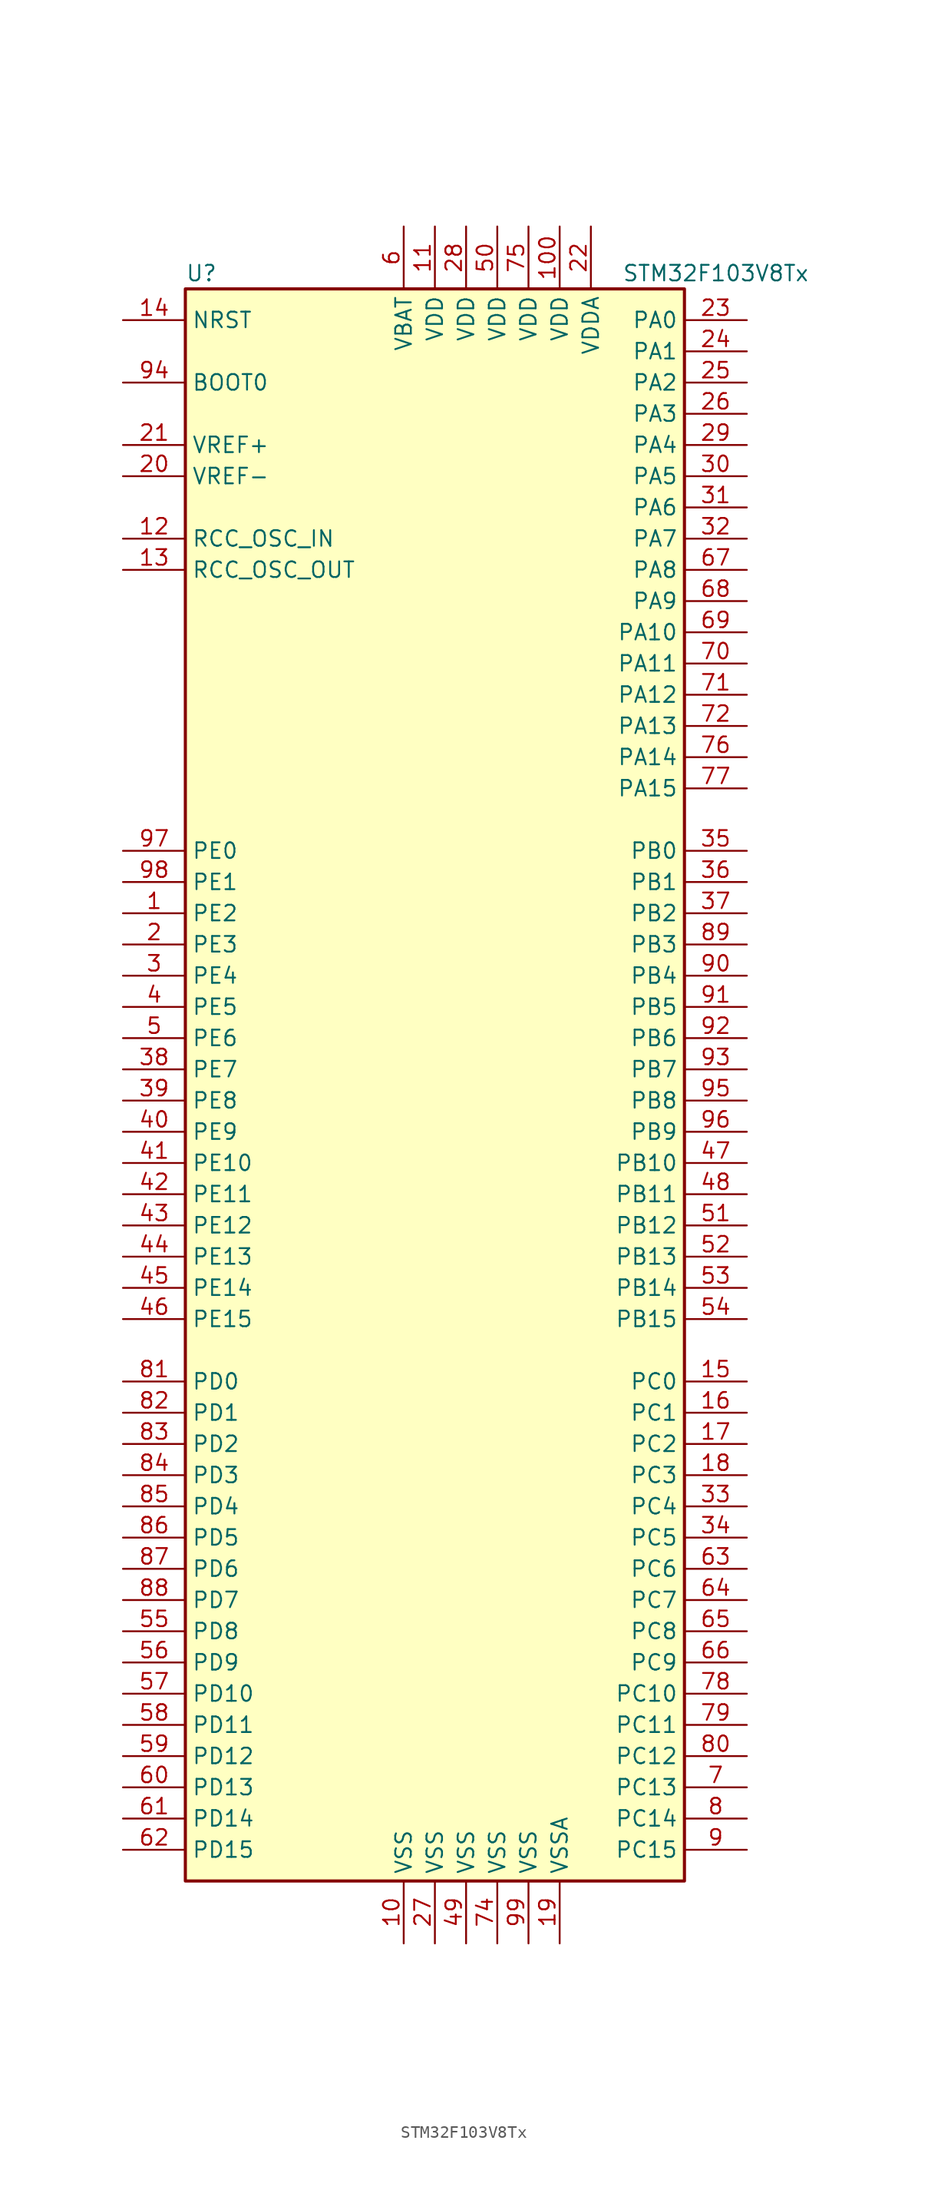
<source format=kicad_sym>
(kicad_symbol_lib
  (version 20200908)
  (generator kicad_symbol_editor)
  (symbol "MCU_ST_STM32F1:STM32F103V8Tx"
    (property "Reference" "U"
      (at -20.32 64.77 0)
      (effects (font (size 1.27 1.27)) (justify left)))
    (property "Value" "STM32F103V8Tx"
      (at 15.24 64.77 0)
      (effects (font (size 1.27 1.27)) (justify left)))
    (symbol "STM32F103V8Tx_0_1"
      (rectangle (start -20.32 -66.04) (end 20.32 63.5) (stroke (width 0.254)) (fill (type background))))
    (symbol "STM32F103V8Tx_1_1"
      (pin input line (at -25.4 55.88 0) (length 5.08) (name "BOOT0" (effects (font (size 1.27 1.27)))) (number "94" (effects (font (size 1.27 1.27)))))
      (pin unconnected line (at -20.32 -63.5 0) (length 5.08) hide (name "NC" (effects (font (size 1.27 1.27)))) (number "73" (effects (font (size 1.27 1.27)))))
      (pin input line (at -25.4 60.96 0) (length 5.08) (name "NRST" (effects (font (size 1.27 1.27)))) (number "14" (effects (font (size 1.27 1.27)))))
      (pin bidirectional line (at 25.4 60.96 180) (length 5.08) (name "PA0" (effects (font (size 1.27 1.27)))) (number "23" (effects (font (size 1.27 1.27)))))
      (pin bidirectional line (at 25.4 58.42 180) (length 5.08) (name "PA1" (effects (font (size 1.27 1.27)))) (number "24" (effects (font (size 1.27 1.27)))))
      (pin bidirectional line (at 25.4 35.56 180) (length 5.08) (name "PA10" (effects (font (size 1.27 1.27)))) (number "69" (effects (font (size 1.27 1.27)))))
      (pin bidirectional line (at 25.4 33.02 180) (length 5.08) (name "PA11" (effects (font (size 1.27 1.27)))) (number "70" (effects (font (size 1.27 1.27)))))
      (pin bidirectional line (at 25.4 30.48 180) (length 5.08) (name "PA12" (effects (font (size 1.27 1.27)))) (number "71" (effects (font (size 1.27 1.27)))))
      (pin bidirectional line (at 25.4 27.94 180) (length 5.08) (name "PA13" (effects (font (size 1.27 1.27)))) (number "72" (effects (font (size 1.27 1.27)))))
      (pin bidirectional line (at 25.4 25.4 180) (length 5.08) (name "PA14" (effects (font (size 1.27 1.27)))) (number "76" (effects (font (size 1.27 1.27)))))
      (pin bidirectional line (at 25.4 22.86 180) (length 5.08) (name "PA15" (effects (font (size 1.27 1.27)))) (number "77" (effects (font (size 1.27 1.27)))))
      (pin bidirectional line (at 25.4 55.88 180) (length 5.08) (name "PA2" (effects (font (size 1.27 1.27)))) (number "25" (effects (font (size 1.27 1.27)))))
      (pin bidirectional line (at 25.4 53.34 180) (length 5.08) (name "PA3" (effects (font (size 1.27 1.27)))) (number "26" (effects (font (size 1.27 1.27)))))
      (pin bidirectional line (at 25.4 50.8 180) (length 5.08) (name "PA4" (effects (font (size 1.27 1.27)))) (number "29" (effects (font (size 1.27 1.27)))))
      (pin bidirectional line (at 25.4 48.26 180) (length 5.08) (name "PA5" (effects (font (size 1.27 1.27)))) (number "30" (effects (font (size 1.27 1.27)))))
      (pin bidirectional line (at 25.4 45.72 180) (length 5.08) (name "PA6" (effects (font (size 1.27 1.27)))) (number "31" (effects (font (size 1.27 1.27)))))
      (pin bidirectional line (at 25.4 43.18 180) (length 5.08) (name "PA7" (effects (font (size 1.27 1.27)))) (number "32" (effects (font (size 1.27 1.27)))))
      (pin bidirectional line (at 25.4 40.64 180) (length 5.08) (name "PA8" (effects (font (size 1.27 1.27)))) (number "67" (effects (font (size 1.27 1.27)))))
      (pin bidirectional line (at 25.4 38.1 180) (length 5.08) (name "PA9" (effects (font (size 1.27 1.27)))) (number "68" (effects (font (size 1.27 1.27)))))
      (pin bidirectional line (at 25.4 17.78 180) (length 5.08) (name "PB0" (effects (font (size 1.27 1.27)))) (number "35" (effects (font (size 1.27 1.27)))))
      (pin bidirectional line (at 25.4 15.24 180) (length 5.08) (name "PB1" (effects (font (size 1.27 1.27)))) (number "36" (effects (font (size 1.27 1.27)))))
      (pin bidirectional line (at 25.4 -7.62 180) (length 5.08) (name "PB10" (effects (font (size 1.27 1.27)))) (number "47" (effects (font (size 1.27 1.27)))))
      (pin bidirectional line (at 25.4 -10.16 180) (length 5.08) (name "PB11" (effects (font (size 1.27 1.27)))) (number "48" (effects (font (size 1.27 1.27)))))
      (pin bidirectional line (at 25.4 -12.7 180) (length 5.08) (name "PB12" (effects (font (size 1.27 1.27)))) (number "51" (effects (font (size 1.27 1.27)))))
      (pin bidirectional line (at 25.4 -15.24 180) (length 5.08) (name "PB13" (effects (font (size 1.27 1.27)))) (number "52" (effects (font (size 1.27 1.27)))))
      (pin bidirectional line (at 25.4 -17.78 180) (length 5.08) (name "PB14" (effects (font (size 1.27 1.27)))) (number "53" (effects (font (size 1.27 1.27)))))
      (pin bidirectional line (at 25.4 -20.32 180) (length 5.08) (name "PB15" (effects (font (size 1.27 1.27)))) (number "54" (effects (font (size 1.27 1.27)))))
      (pin bidirectional line (at 25.4 12.7 180) (length 5.08) (name "PB2" (effects (font (size 1.27 1.27)))) (number "37" (effects (font (size 1.27 1.27)))))
      (pin bidirectional line (at 25.4 10.16 180) (length 5.08) (name "PB3" (effects (font (size 1.27 1.27)))) (number "89" (effects (font (size 1.27 1.27)))))
      (pin bidirectional line (at 25.4 7.62 180) (length 5.08) (name "PB4" (effects (font (size 1.27 1.27)))) (number "90" (effects (font (size 1.27 1.27)))))
      (pin bidirectional line (at 25.4 5.08 180) (length 5.08) (name "PB5" (effects (font (size 1.27 1.27)))) (number "91" (effects (font (size 1.27 1.27)))))
      (pin bidirectional line (at 25.4 2.54 180) (length 5.08) (name "PB6" (effects (font (size 1.27 1.27)))) (number "92" (effects (font (size 1.27 1.27)))))
      (pin bidirectional line (at 25.4 0 180) (length 5.08) (name "PB7" (effects (font (size 1.27 1.27)))) (number "93" (effects (font (size 1.27 1.27)))))
      (pin bidirectional line (at 25.4 -2.54 180) (length 5.08) (name "PB8" (effects (font (size 1.27 1.27)))) (number "95" (effects (font (size 1.27 1.27)))))
      (pin bidirectional line (at 25.4 -5.08 180) (length 5.08) (name "PB9" (effects (font (size 1.27 1.27)))) (number "96" (effects (font (size 1.27 1.27)))))
      (pin bidirectional line (at 25.4 -25.4 180) (length 5.08) (name "PC0" (effects (font (size 1.27 1.27)))) (number "15" (effects (font (size 1.27 1.27)))))
      (pin bidirectional line (at 25.4 -27.94 180) (length 5.08) (name "PC1" (effects (font (size 1.27 1.27)))) (number "16" (effects (font (size 1.27 1.27)))))
      (pin bidirectional line (at 25.4 -50.8 180) (length 5.08) (name "PC10" (effects (font (size 1.27 1.27)))) (number "78" (effects (font (size 1.27 1.27)))))
      (pin bidirectional line (at 25.4 -53.34 180) (length 5.08) (name "PC11" (effects (font (size 1.27 1.27)))) (number "79" (effects (font (size 1.27 1.27)))))
      (pin bidirectional line (at 25.4 -55.88 180) (length 5.08) (name "PC12" (effects (font (size 1.27 1.27)))) (number "80" (effects (font (size 1.27 1.27)))))
      (pin bidirectional line (at 25.4 -58.42 180) (length 5.08) (name "PC13" (effects (font (size 1.27 1.27)))) (number "7" (effects (font (size 1.27 1.27)))))
      (pin bidirectional line (at 25.4 -60.96 180) (length 5.08) (name "PC14" (effects (font (size 1.27 1.27)))) (number "8" (effects (font (size 1.27 1.27)))))
      (pin bidirectional line (at 25.4 -63.5 180) (length 5.08) (name "PC15" (effects (font (size 1.27 1.27)))) (number "9" (effects (font (size 1.27 1.27)))))
      (pin bidirectional line (at 25.4 -30.48 180) (length 5.08) (name "PC2" (effects (font (size 1.27 1.27)))) (number "17" (effects (font (size 1.27 1.27)))))
      (pin bidirectional line (at 25.4 -33.02 180) (length 5.08) (name "PC3" (effects (font (size 1.27 1.27)))) (number "18" (effects (font (size 1.27 1.27)))))
      (pin bidirectional line (at 25.4 -35.56 180) (length 5.08) (name "PC4" (effects (font (size 1.27 1.27)))) (number "33" (effects (font (size 1.27 1.27)))))
      (pin bidirectional line (at 25.4 -38.1 180) (length 5.08) (name "PC5" (effects (font (size 1.27 1.27)))) (number "34" (effects (font (size 1.27 1.27)))))
      (pin bidirectional line (at 25.4 -40.64 180) (length 5.08) (name "PC6" (effects (font (size 1.27 1.27)))) (number "63" (effects (font (size 1.27 1.27)))))
      (pin bidirectional line (at 25.4 -43.18 180) (length 5.08) (name "PC7" (effects (font (size 1.27 1.27)))) (number "64" (effects (font (size 1.27 1.27)))))
      (pin bidirectional line (at 25.4 -45.72 180) (length 5.08) (name "PC8" (effects (font (size 1.27 1.27)))) (number "65" (effects (font (size 1.27 1.27)))))
      (pin bidirectional line (at 25.4 -48.26 180) (length 5.08) (name "PC9" (effects (font (size 1.27 1.27)))) (number "66" (effects (font (size 1.27 1.27)))))
      (pin bidirectional line (at -25.4 -25.4 0) (length 5.08) (name "PD0" (effects (font (size 1.27 1.27)))) (number "81" (effects (font (size 1.27 1.27)))))
      (pin bidirectional line (at -25.4 -27.94 0) (length 5.08) (name "PD1" (effects (font (size 1.27 1.27)))) (number "82" (effects (font (size 1.27 1.27)))))
      (pin bidirectional line (at -25.4 -50.8 0) (length 5.08) (name "PD10" (effects (font (size 1.27 1.27)))) (number "57" (effects (font (size 1.27 1.27)))))
      (pin bidirectional line (at -25.4 -53.34 0) (length 5.08) (name "PD11" (effects (font (size 1.27 1.27)))) (number "58" (effects (font (size 1.27 1.27)))))
      (pin bidirectional line (at -25.4 -55.88 0) (length 5.08) (name "PD12" (effects (font (size 1.27 1.27)))) (number "59" (effects (font (size 1.27 1.27)))))
      (pin bidirectional line (at -25.4 -58.42 0) (length 5.08) (name "PD13" (effects (font (size 1.27 1.27)))) (number "60" (effects (font (size 1.27 1.27)))))
      (pin bidirectional line (at -25.4 -60.96 0) (length 5.08) (name "PD14" (effects (font (size 1.27 1.27)))) (number "61" (effects (font (size 1.27 1.27)))))
      (pin bidirectional line (at -25.4 -63.5 0) (length 5.08) (name "PD15" (effects (font (size 1.27 1.27)))) (number "62" (effects (font (size 1.27 1.27)))))
      (pin bidirectional line (at -25.4 -30.48 0) (length 5.08) (name "PD2" (effects (font (size 1.27 1.27)))) (number "83" (effects (font (size 1.27 1.27)))))
      (pin bidirectional line (at -25.4 -33.02 0) (length 5.08) (name "PD3" (effects (font (size 1.27 1.27)))) (number "84" (effects (font (size 1.27 1.27)))))
      (pin bidirectional line (at -25.4 -35.56 0) (length 5.08) (name "PD4" (effects (font (size 1.27 1.27)))) (number "85" (effects (font (size 1.27 1.27)))))
      (pin bidirectional line (at -25.4 -38.1 0) (length 5.08) (name "PD5" (effects (font (size 1.27 1.27)))) (number "86" (effects (font (size 1.27 1.27)))))
      (pin bidirectional line (at -25.4 -40.64 0) (length 5.08) (name "PD6" (effects (font (size 1.27 1.27)))) (number "87" (effects (font (size 1.27 1.27)))))
      (pin bidirectional line (at -25.4 -43.18 0) (length 5.08) (name "PD7" (effects (font (size 1.27 1.27)))) (number "88" (effects (font (size 1.27 1.27)))))
      (pin bidirectional line (at -25.4 -45.72 0) (length 5.08) (name "PD8" (effects (font (size 1.27 1.27)))) (number "55" (effects (font (size 1.27 1.27)))))
      (pin bidirectional line (at -25.4 -48.26 0) (length 5.08) (name "PD9" (effects (font (size 1.27 1.27)))) (number "56" (effects (font (size 1.27 1.27)))))
      (pin bidirectional line (at -25.4 17.78 0) (length 5.08) (name "PE0" (effects (font (size 1.27 1.27)))) (number "97" (effects (font (size 1.27 1.27)))))
      (pin bidirectional line (at -25.4 15.24 0) (length 5.08) (name "PE1" (effects (font (size 1.27 1.27)))) (number "98" (effects (font (size 1.27 1.27)))))
      (pin bidirectional line (at -25.4 -7.62 0) (length 5.08) (name "PE10" (effects (font (size 1.27 1.27)))) (number "41" (effects (font (size 1.27 1.27)))))
      (pin bidirectional line (at -25.4 -10.16 0) (length 5.08) (name "PE11" (effects (font (size 1.27 1.27)))) (number "42" (effects (font (size 1.27 1.27)))))
      (pin bidirectional line (at -25.4 -12.7 0) (length 5.08) (name "PE12" (effects (font (size 1.27 1.27)))) (number "43" (effects (font (size 1.27 1.27)))))
      (pin bidirectional line (at -25.4 -15.24 0) (length 5.08) (name "PE13" (effects (font (size 1.27 1.27)))) (number "44" (effects (font (size 1.27 1.27)))))
      (pin bidirectional line (at -25.4 -17.78 0) (length 5.08) (name "PE14" (effects (font (size 1.27 1.27)))) (number "45" (effects (font (size 1.27 1.27)))))
      (pin bidirectional line (at -25.4 -20.32 0) (length 5.08) (name "PE15" (effects (font (size 1.27 1.27)))) (number "46" (effects (font (size 1.27 1.27)))))
      (pin bidirectional line (at -25.4 12.7 0) (length 5.08) (name "PE2" (effects (font (size 1.27 1.27)))) (number "1" (effects (font (size 1.27 1.27)))))
      (pin bidirectional line (at -25.4 10.16 0) (length 5.08) (name "PE3" (effects (font (size 1.27 1.27)))) (number "2" (effects (font (size 1.27 1.27)))))
      (pin bidirectional line (at -25.4 7.62 0) (length 5.08) (name "PE4" (effects (font (size 1.27 1.27)))) (number "3" (effects (font (size 1.27 1.27)))))
      (pin bidirectional line (at -25.4 5.08 0) (length 5.08) (name "PE5" (effects (font (size 1.27 1.27)))) (number "4" (effects (font (size 1.27 1.27)))))
      (pin bidirectional line (at -25.4 2.54 0) (length 5.08) (name "PE6" (effects (font (size 1.27 1.27)))) (number "5" (effects (font (size 1.27 1.27)))))
      (pin bidirectional line (at -25.4 0 0) (length 5.08) (name "PE7" (effects (font (size 1.27 1.27)))) (number "38" (effects (font (size 1.27 1.27)))))
      (pin bidirectional line (at -25.4 -2.54 0) (length 5.08) (name "PE8" (effects (font (size 1.27 1.27)))) (number "39" (effects (font (size 1.27 1.27)))))
      (pin bidirectional line (at -25.4 -5.08 0) (length 5.08) (name "PE9" (effects (font (size 1.27 1.27)))) (number "40" (effects (font (size 1.27 1.27)))))
      (pin input line (at -25.4 43.18 0) (length 5.08) (name "RCC_OSC_IN" (effects (font (size 1.27 1.27)))) (number "12" (effects (font (size 1.27 1.27)))))
      (pin input line (at -25.4 40.64 0) (length 5.08) (name "RCC_OSC_OUT" (effects (font (size 1.27 1.27)))) (number "13" (effects (font (size 1.27 1.27)))))
      (pin power_in line (at -2.54 68.58 270) (length 5.08) (name "VBAT" (effects (font (size 1.27 1.27)))) (number "6" (effects (font (size 1.27 1.27)))))
      (pin power_in line (at 10.16 68.58 270) (length 5.08) (name "VDD" (effects (font (size 1.27 1.27)))) (number "100" (effects (font (size 1.27 1.27)))))
      (pin power_in line (at 0 68.58 270) (length 5.08) (name "VDD" (effects (font (size 1.27 1.27)))) (number "11" (effects (font (size 1.27 1.27)))))
      (pin power_in line (at 2.54 68.58 270) (length 5.08) (name "VDD" (effects (font (size 1.27 1.27)))) (number "28" (effects (font (size 1.27 1.27)))))
      (pin power_in line (at 5.08 68.58 270) (length 5.08) (name "VDD" (effects (font (size 1.27 1.27)))) (number "50" (effects (font (size 1.27 1.27)))))
      (pin power_in line (at 7.62 68.58 270) (length 5.08) (name "VDD" (effects (font (size 1.27 1.27)))) (number "75" (effects (font (size 1.27 1.27)))))
      (pin power_in line (at 12.7 68.58 270) (length 5.08) (name "VDDA" (effects (font (size 1.27 1.27)))) (number "22" (effects (font (size 1.27 1.27)))))
      (pin power_in line (at -25.4 50.8 0) (length 5.08) (name "VREF+" (effects (font (size 1.27 1.27)))) (number "21" (effects (font (size 1.27 1.27)))))
      (pin power_in line (at -25.4 48.26 0) (length 5.08) (name "VREF-" (effects (font (size 1.27 1.27)))) (number "20" (effects (font (size 1.27 1.27)))))
      (pin power_in line (at -2.54 -71.12 90) (length 5.08) (name "VSS" (effects (font (size 1.27 1.27)))) (number "10" (effects (font (size 1.27 1.27)))))
      (pin power_in line (at 0 -71.12 90) (length 5.08) (name "VSS" (effects (font (size 1.27 1.27)))) (number "27" (effects (font (size 1.27 1.27)))))
      (pin power_in line (at 2.54 -71.12 90) (length 5.08) (name "VSS" (effects (font (size 1.27 1.27)))) (number "49" (effects (font (size 1.27 1.27)))))
      (pin power_in line (at 5.08 -71.12 90) (length 5.08) (name "VSS" (effects (font (size 1.27 1.27)))) (number "74" (effects (font (size 1.27 1.27)))))
      (pin power_in line (at 7.62 -71.12 90) (length 5.08) (name "VSS" (effects (font (size 1.27 1.27)))) (number "99" (effects (font (size 1.27 1.27)))))
      (pin power_in line (at 10.16 -71.12 90) (length 5.08) (name "VSSA" (effects (font (size 1.27 1.27)))) (number "19" (effects (font (size 1.27 1.27))))))))
</source>
